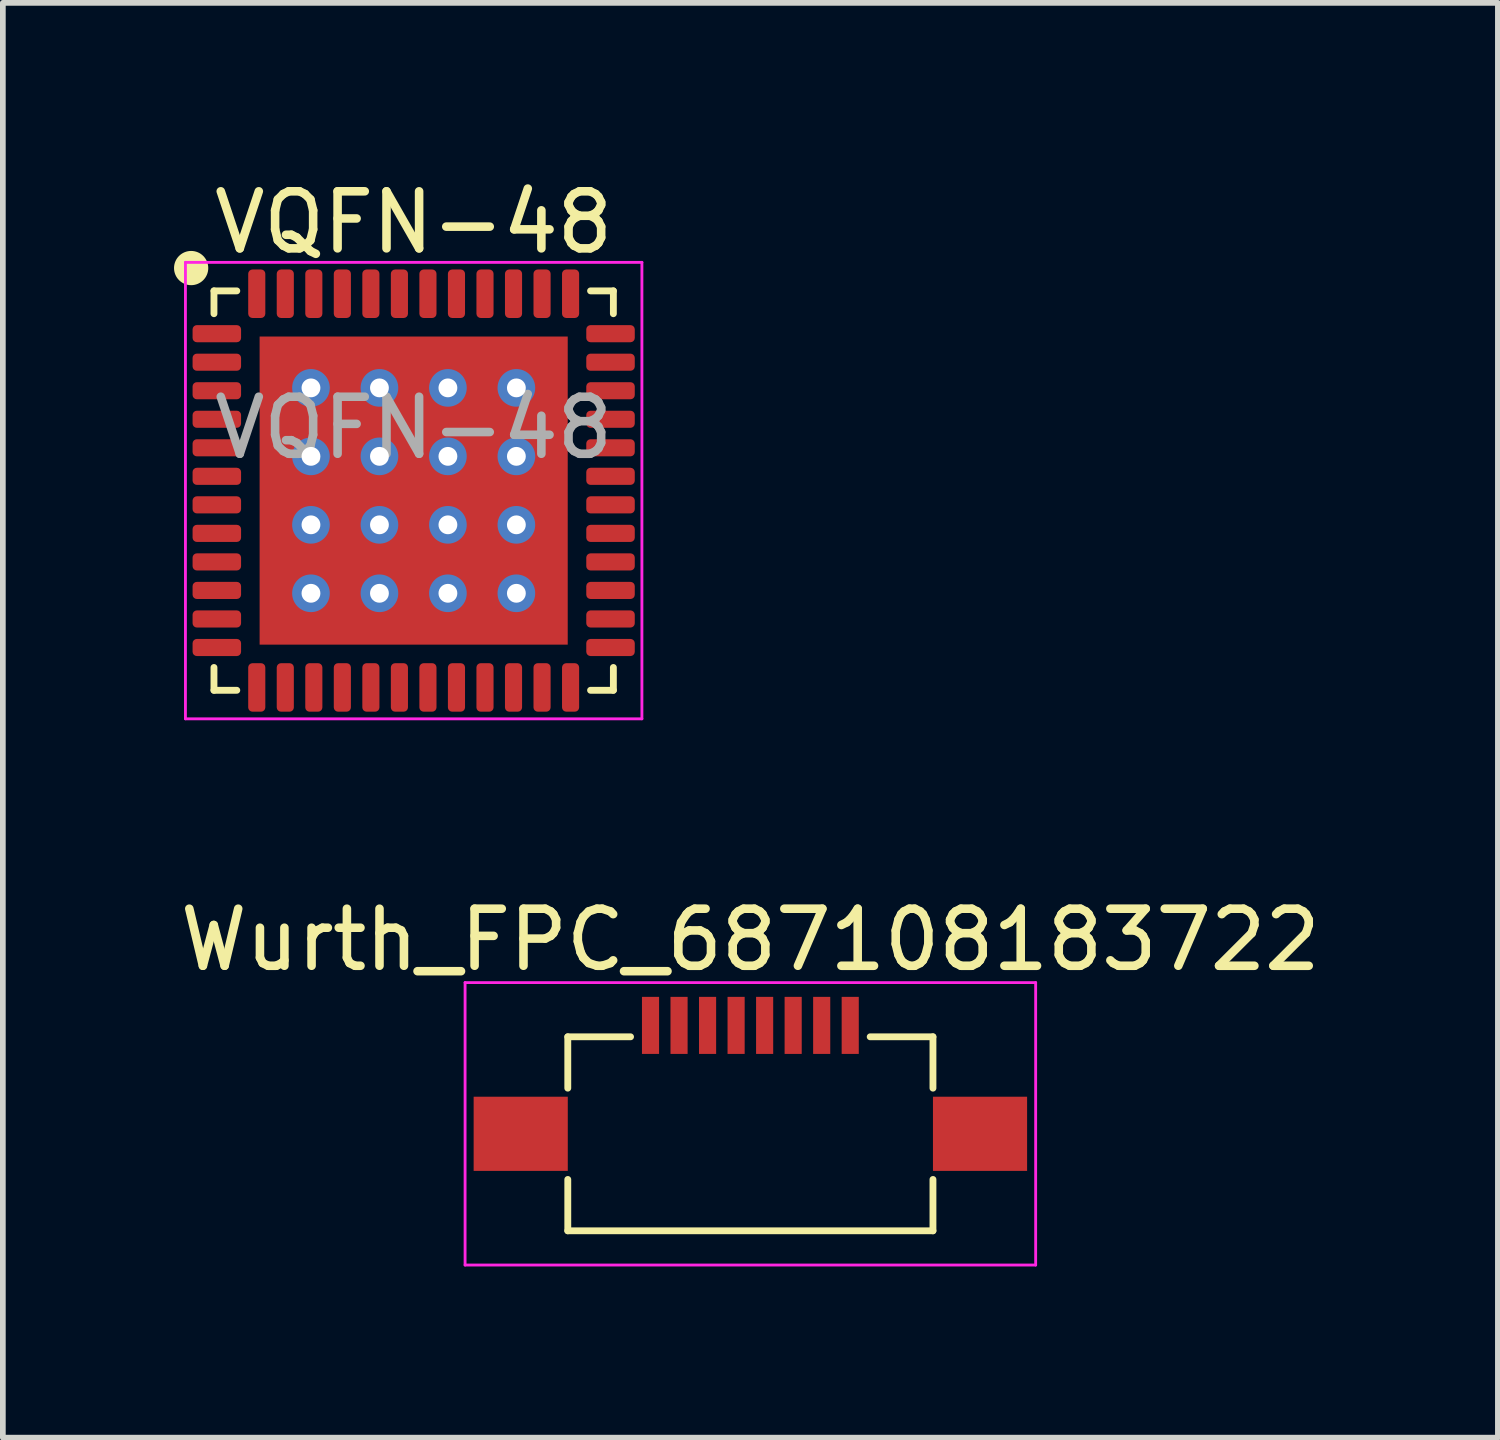
<source format=kicad_pcb>
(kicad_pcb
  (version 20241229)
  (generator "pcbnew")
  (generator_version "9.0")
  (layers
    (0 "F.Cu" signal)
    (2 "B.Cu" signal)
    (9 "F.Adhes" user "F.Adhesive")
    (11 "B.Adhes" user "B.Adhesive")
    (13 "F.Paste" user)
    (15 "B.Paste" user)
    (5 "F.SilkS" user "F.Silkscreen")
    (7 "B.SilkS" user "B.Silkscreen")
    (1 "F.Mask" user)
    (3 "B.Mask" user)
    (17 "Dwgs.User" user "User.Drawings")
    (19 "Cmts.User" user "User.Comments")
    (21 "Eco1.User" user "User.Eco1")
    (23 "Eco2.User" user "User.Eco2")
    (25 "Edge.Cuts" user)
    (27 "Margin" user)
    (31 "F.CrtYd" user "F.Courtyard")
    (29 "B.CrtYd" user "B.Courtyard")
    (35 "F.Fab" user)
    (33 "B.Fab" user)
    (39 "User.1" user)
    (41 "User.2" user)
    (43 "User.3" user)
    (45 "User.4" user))
  (footprint "VQFN-48"
    (layer "F.Cu")
    (at 4.2 5.548)
    (property "Reference" "VQFN-48" (at 0 -4.7 0) (unlocked yes) (layer "F.SilkS") (effects (font (size 1 1) (thickness 0.15))))
    (attr smd)
    (fp_line (start -3.5 -3.5) (end -3.1 -3.5) (stroke (width 0.12) (type solid)) (layer "F.SilkS"))
    (fp_line (start -3.5 -3.1) (end -3.5 -3.5) (stroke (width 0.12) (type solid)) (layer "F.SilkS"))
    (fp_line (start -3.5 3.5) (end -3.5 3.1) (stroke (width 0.12) (type solid)) (layer "F.SilkS"))
    (fp_line (start -3.5 3.5) (end -3.1 3.5) (stroke (width 0.12) (type solid)) (layer "F.SilkS"))
    (fp_line (start 3.1 -3.5) (end 3.5 -3.5) (stroke (width 0.12) (type solid)) (layer "F.SilkS"))
    (fp_line (start 3.5 -3.5) (end 3.5 -3.1) (stroke (width 0.12) (type solid)) (layer "F.SilkS"))
    (fp_line (start 3.5 3.5) (end 3.1 3.5) (stroke (width 0.12) (type solid)) (layer "F.SilkS"))
    (fp_line (start 3.5 3.5) (end 3.5 3.1) (stroke (width 0.12) (type solid)) (layer "F.SilkS"))
    (fp_circle (center -3.9 -3.9) (end -3.8 -3.9) (stroke (width 0.4) (type solid)) (fill yes) (layer "F.SilkS"))
    (fp_rect (start -2.1 -2.1) (end -0.3 -0.3) (stroke (width 0.12) (type solid)) (fill yes) (layer "F.Paste"))
    (fp_rect (start -2.1 0.3) (end -0.3 2.1) (stroke (width 0.12) (type solid)) (fill yes) (layer "F.Paste"))
    (fp_rect (start 0.3 -2.1) (end 2.1 -0.3) (stroke (width 0.12) (type solid)) (fill yes) (layer "F.Paste"))
    (fp_rect (start 0.3 0.3) (end 2.1 2.1) (stroke (width 0.12) (type solid)) (fill yes) (layer "F.Paste"))
    (fp_line (start -4 -4) (end 4 -4) (stroke (width 0.05) (type solid)) (layer "F.CrtYd"))
    (fp_line (start -4 4) (end -4 -4) (stroke (width 0.05) (type solid)) (layer "F.CrtYd"))
    (fp_line (start 4 -4) (end 4 4) (stroke (width 0.05) (type solid)) (layer "F.CrtYd"))
    (fp_line (start 4 4) (end -4 4) (stroke (width 0.05) (type solid)) (layer "F.CrtYd"))
    (fp_text user "${REFERENCE}" (at 0 -1.1 0) (unlocked yes) (layer "F.Fab") (effects (font (size 1 1) (thickness 0.15))))
    (pad "1" smd roundrect (at -3.45 -2.75 270) (size 0.3 0.85) (layers "F.Cu" "F.Mask" "F.Paste") (roundrect_rratio 0.25))
    (pad "2" smd roundrect (at -3.45 -2.25 270) (size 0.3 0.85) (layers "F.Cu" "F.Mask" "F.Paste") (roundrect_rratio 0.25))
    (pad "3" smd roundrect (at -3.45 -1.75 270) (size 0.3 0.85) (layers "F.Cu" "F.Mask" "F.Paste") (roundrect_rratio 0.25))
    (pad "4" smd roundrect (at -3.45 -1.25 270) (size 0.3 0.85) (layers "F.Cu" "F.Mask" "F.Paste") (roundrect_rratio 0.25))
    (pad "5" smd roundrect (at -3.45 -0.75 270) (size 0.3 0.85) (layers "F.Cu" "F.Mask" "F.Paste") (roundrect_rratio 0.25))
    (pad "6" smd roundrect (at -3.45 -0.25 270) (size 0.3 0.85) (layers "F.Cu" "F.Mask" "F.Paste") (roundrect_rratio 0.25))
    (pad "7" smd roundrect (at -3.45 0.25 270) (size 0.3 0.85) (layers "F.Cu" "F.Mask" "F.Paste") (roundrect_rratio 0.25))
    (pad "8" smd roundrect (at -3.45 0.75 270) (size 0.3 0.85) (layers "F.Cu" "F.Mask" "F.Paste") (roundrect_rratio 0.25))
    (pad "9" smd roundrect (at -3.45 1.25 270) (size 0.3 0.85) (layers "F.Cu" "F.Mask" "F.Paste") (roundrect_rratio 0.25))
    (pad "10" smd roundrect (at -3.45 1.75 270) (size 0.3 0.85) (layers "F.Cu" "F.Mask" "F.Paste") (roundrect_rratio 0.25))
    (pad "11" smd roundrect (at -3.45 2.25 270) (size 0.3 0.85) (layers "F.Cu" "F.Mask" "F.Paste") (roundrect_rratio 0.25))
    (pad "12" smd roundrect (at -3.45 2.75 270) (size 0.3 0.85) (layers "F.Cu" "F.Mask" "F.Paste") (roundrect_rratio 0.25))
    (pad "13" smd roundrect (at -2.75 3.45 180) (size 0.3 0.85) (layers "F.Cu" "F.Mask" "F.Paste") (roundrect_rratio 0.25))
    (pad "14" smd roundrect (at -2.25 3.45 180) (size 0.3 0.85) (layers "F.Cu" "F.Mask" "F.Paste") (roundrect_rratio 0.25))
    (pad "15" smd roundrect (at -1.75 3.45 180) (size 0.3 0.85) (layers "F.Cu" "F.Mask" "F.Paste") (roundrect_rratio 0.25))
    (pad "16" smd roundrect (at -1.25 3.45 180) (size 0.3 0.85) (layers "F.Cu" "F.Mask" "F.Paste") (roundrect_rratio 0.25))
    (pad "17" smd roundrect (at -0.75 3.45 180) (size 0.3 0.85) (layers "F.Cu" "F.Mask" "F.Paste") (roundrect_rratio 0.25))
    (pad "18" smd roundrect (at -0.25 3.45 180) (size 0.3 0.85) (layers "F.Cu" "F.Mask" "F.Paste") (roundrect_rratio 0.25))
    (pad "19" smd roundrect (at 0.25 3.45 180) (size 0.3 0.85) (layers "F.Cu" "F.Mask" "F.Paste") (roundrect_rratio 0.25))
    (pad "20" smd roundrect (at 0.75 3.45 180) (size 0.3 0.85) (layers "F.Cu" "F.Mask" "F.Paste") (roundrect_rratio 0.25))
    (pad "21" smd roundrect (at 1.25 3.45 180) (size 0.3 0.85) (layers "F.Cu" "F.Mask" "F.Paste") (roundrect_rratio 0.25))
    (pad "22" smd roundrect (at 1.75 3.45 180) (size 0.3 0.85) (layers "F.Cu" "F.Mask" "F.Paste") (roundrect_rratio 0.25))
    (pad "23" smd roundrect (at 2.25 3.45 180) (size 0.3 0.85) (layers "F.Cu" "F.Mask" "F.Paste") (roundrect_rratio 0.25))
    (pad "24" smd roundrect (at 2.75 3.45 180) (size 0.3 0.85) (layers "F.Cu" "F.Mask" "F.Paste") (roundrect_rratio 0.25))
    (pad "25" smd roundrect (at 3.45 2.75 270) (size 0.3 0.85) (layers "F.Cu" "F.Mask" "F.Paste") (roundrect_rratio 0.25))
    (pad "26" smd roundrect (at 3.45 2.25 270) (size 0.3 0.85) (layers "F.Cu" "F.Mask" "F.Paste") (roundrect_rratio 0.25))
    (pad "27" smd roundrect (at 3.45 1.75 270) (size 0.3 0.85) (layers "F.Cu" "F.Mask" "F.Paste") (roundrect_rratio 0.25))
    (pad "28" smd roundrect (at 3.45 1.25 270) (size 0.3 0.85) (layers "F.Cu" "F.Mask" "F.Paste") (roundrect_rratio 0.25))
    (pad "29" smd roundrect (at 3.45 0.75 270) (size 0.3 0.85) (layers "F.Cu" "F.Mask" "F.Paste") (roundrect_rratio 0.25))
    (pad "30" smd roundrect (at 3.45 0.25 270) (size 0.3 0.85) (layers "F.Cu" "F.Mask" "F.Paste") (roundrect_rratio 0.25))
    (pad "31" smd roundrect (at 3.45 -0.25 270) (size 0.3 0.85) (layers "F.Cu" "F.Mask" "F.Paste") (roundrect_rratio 0.25))
    (pad "32" smd roundrect (at 3.45 -0.75 270) (size 0.3 0.85) (layers "F.Cu" "F.Mask" "F.Paste") (roundrect_rratio 0.25))
    (pad "33" smd roundrect (at 3.45 -1.25 270) (size 0.3 0.85) (layers "F.Cu" "F.Mask" "F.Paste") (roundrect_rratio 0.25))
    (pad "34" smd roundrect (at 3.45 -1.75 270) (size 0.3 0.85) (layers "F.Cu" "F.Mask" "F.Paste") (roundrect_rratio 0.25))
    (pad "35" smd roundrect (at 3.45 -2.25 270) (size 0.3 0.85) (layers "F.Cu" "F.Mask" "F.Paste") (roundrect_rratio 0.25))
    (pad "36" smd roundrect (at 3.45 -2.75 270) (size 0.3 0.85) (layers "F.Cu" "F.Mask" "F.Paste") (roundrect_rratio 0.25))
    (pad "37" smd roundrect (at 2.75 -3.45) (size 0.3 0.85) (layers "F.Cu" "F.Mask" "F.Paste") (roundrect_rratio 0.25))
    (pad "38" smd roundrect (at 2.25 -3.45) (size 0.3 0.85) (layers "F.Cu" "F.Mask" "F.Paste") (roundrect_rratio 0.25))
    (pad "39" smd roundrect (at 1.75 -3.45) (size 0.3 0.85) (layers "F.Cu" "F.Mask" "F.Paste") (roundrect_rratio 0.25))
    (pad "40" smd roundrect (at 1.25 -3.45) (size 0.3 0.85) (layers "F.Cu" "F.Mask" "F.Paste") (roundrect_rratio 0.25))
    (pad "41" smd roundrect (at 0.75 -3.45) (size 0.3 0.85) (layers "F.Cu" "F.Mask" "F.Paste") (roundrect_rratio 0.25))
    (pad "42" smd roundrect (at 0.25 -3.45) (size 0.3 0.85) (layers "F.Cu" "F.Mask" "F.Paste") (roundrect_rratio 0.25))
    (pad "43" smd roundrect (at -0.25 -3.45) (size 0.3 0.85) (layers "F.Cu" "F.Mask" "F.Paste") (roundrect_rratio 0.25))
    (pad "44" smd roundrect (at -0.75 -3.45) (size 0.3 0.85) (layers "F.Cu" "F.Mask" "F.Paste") (roundrect_rratio 0.25))
    (pad "45" smd roundrect (at -1.25 -3.45) (size 0.3 0.85) (layers "F.Cu" "F.Mask" "F.Paste") (roundrect_rratio 0.25))
    (pad "46" smd roundrect (at -1.75 -3.45) (size 0.3 0.85) (layers "F.Cu" "F.Mask" "F.Paste") (roundrect_rratio 0.25))
    (pad "47" smd roundrect (at -2.25 -3.45) (size 0.3 0.85) (layers "F.Cu" "F.Mask" "F.Paste") (roundrect_rratio 0.25))
    (pad "48" smd roundrect (at -2.75 -3.45) (size 0.3 0.85) (layers "F.Cu" "F.Mask" "F.Paste") (roundrect_rratio 0.25))
    (pad "49" thru_hole circle (at -1.8 -1.8) (size 0.66 0.66) (drill 0.33) (layers "*.Cu" "*.Mask"))
    (pad "49" thru_hole circle (at -1.8 -0.6) (size 0.66 0.66) (drill 0.33) (layers "*.Cu" "*.Mask"))
    (pad "49" thru_hole circle (at -1.8 0.6) (size 0.66 0.66) (drill 0.33) (layers "*.Cu" "*.Mask"))
    (pad "49" thru_hole circle (at -1.8 1.8) (size 0.66 0.66) (drill 0.33) (layers "*.Cu" "*.Mask"))
    (pad "49" thru_hole circle (at -0.6 -1.8) (size 0.66 0.66) (drill 0.33) (layers "*.Cu" "*.Mask"))
    (pad "49" thru_hole circle (at -0.6 -0.6) (size 0.66 0.66) (drill 0.33) (layers "*.Cu" "*.Mask"))
    (pad "49" thru_hole circle (at -0.6 0.6) (size 0.66 0.66) (drill 0.33) (layers "*.Cu" "*.Mask"))
    (pad "49" thru_hole circle (at -0.6 1.8) (size 0.66 0.66) (drill 0.33) (layers "*.Cu" "*.Mask"))
    (pad "49" smd rect (at 0 0) (size 5.4 5.4) (layers "F.Cu" "F.Mask"))
    (pad "49" thru_hole circle (at 0.6 -1.8) (size 0.66 0.66) (drill 0.33) (layers "*.Cu" "*.Mask"))
    (pad "49" thru_hole circle (at 0.6 -0.6) (size 0.66 0.66) (drill 0.33) (layers "*.Cu" "*.Mask"))
    (pad "49" thru_hole circle (at 0.6 0.6) (size 0.66 0.66) (drill 0.33) (layers "*.Cu" "*.Mask"))
    (pad "49" thru_hole circle (at 0.6 1.8) (size 0.66 0.66) (drill 0.33) (layers "*.Cu" "*.Mask"))
    (pad "49" thru_hole circle (at 1.8 -1.8) (size 0.66 0.66) (drill 0.33) (layers "*.Cu" "*.Mask"))
    (pad "49" thru_hole circle (at 1.8 -0.6) (size 0.66 0.66) (drill 0.33) (layers "*.Cu" "*.Mask"))
    (pad "49" thru_hole circle (at 1.8 0.6) (size 0.66 0.66) (drill 0.33) (layers "*.Cu" "*.Mask"))
    (pad "49" thru_hole circle (at 1.8 1.8) (size 0.66 0.66) (drill 0.33) (layers "*.Cu" "*.Mask")))
  (footprint "Wurth_FPC_687108183722"
    (layer "F.Cu")
    (at 10.101 14.921)
    (property "Reference" "Wurth_FPC_687108183722" (at 0 -1.5 0) (layer "F.SilkS") (effects (font (size 1 1) (thickness 0.15))))
    (attr smd)
    (fp_line (start -3.2 0.2) (end -2.1 0.2) (stroke (width 0.12) (type solid)) (layer "F.SilkS"))
    (fp_line (start -3.2 1.1) (end -3.2 0.2) (stroke (width 0.12) (type solid)) (layer "F.SilkS"))
    (fp_line (start -3.2 2.7) (end -3.2 3.6) (stroke (width 0.12) (type solid)) (layer "F.SilkS"))
    (fp_line (start -3.2 3.6) (end 3.2 3.6) (stroke (width 0.12) (type solid)) (layer "F.SilkS"))
    (fp_line (start 3.2 0.2) (end 2.1 0.2) (stroke (width 0.12) (type solid)) (layer "F.SilkS"))
    (fp_line (start 3.2 1.1) (end 3.2 0.2) (stroke (width 0.12) (type solid)) (layer "F.SilkS"))
    (fp_line (start 3.2 3.6) (end 3.2 2.7) (stroke (width 0.12) (type solid)) (layer "F.SilkS"))
    (fp_line (start -5 -0.75) (end -5 4.2) (stroke (width 0.05) (type solid)) (layer "F.CrtYd"))
    (fp_line (start -5 4.2) (end 5 4.2) (stroke (width 0.05) (type solid)) (layer "F.CrtYd"))
    (fp_line (start 5 -0.75) (end -5 -0.75) (stroke (width 0.05) (type solid)) (layer "F.CrtYd"))
    (fp_line (start 5 4.2) (end 5 -0.75) (stroke (width 0.05) (type solid)) (layer "F.CrtYd"))
    (pad "1" smd rect (at -1.75 0) (size 0.3 1) (layers "F.Cu" "F.Mask" "F.Paste"))
    (pad "2" smd rect (at -1.25 0) (size 0.3 1) (layers "F.Cu" "F.Mask" "F.Paste"))
    (pad "3" smd rect (at -0.75 0) (size 0.3 1) (layers "F.Cu" "F.Mask" "F.Paste"))
    (pad "4" smd rect (at -0.25 0) (size 0.3 1) (layers "F.Cu" "F.Mask" "F.Paste"))
    (pad "5" smd rect (at 0.25 0) (size 0.3 1) (layers "F.Cu" "F.Mask" "F.Paste"))
    (pad "6" smd rect (at 0.75 0) (size 0.3 1) (layers "F.Cu" "F.Mask" "F.Paste"))
    (pad "7" smd rect (at 1.25 0) (size 0.3 1) (layers "F.Cu" "F.Mask" "F.Paste"))
    (pad "8" smd rect (at 1.75 0) (size 0.3 1) (layers "F.Cu" "F.Mask" "F.Paste"))
    (pad "9" smd rect (at -4.025 1.9) (size 1.65 1.3) (layers "F.Cu" "F.Mask" "F.Paste"))
    (pad "10" smd rect (at 4.025 1.9) (size 1.65 1.3) (layers "F.Cu" "F.Mask" "F.Paste")))
  (gr_rect
    (start -3 -3)
    (end 23.202 22.146)
    (stroke (width 0.1) (type default))
    (fill no)
    (layer "Edge.Cuts")))
</source>
